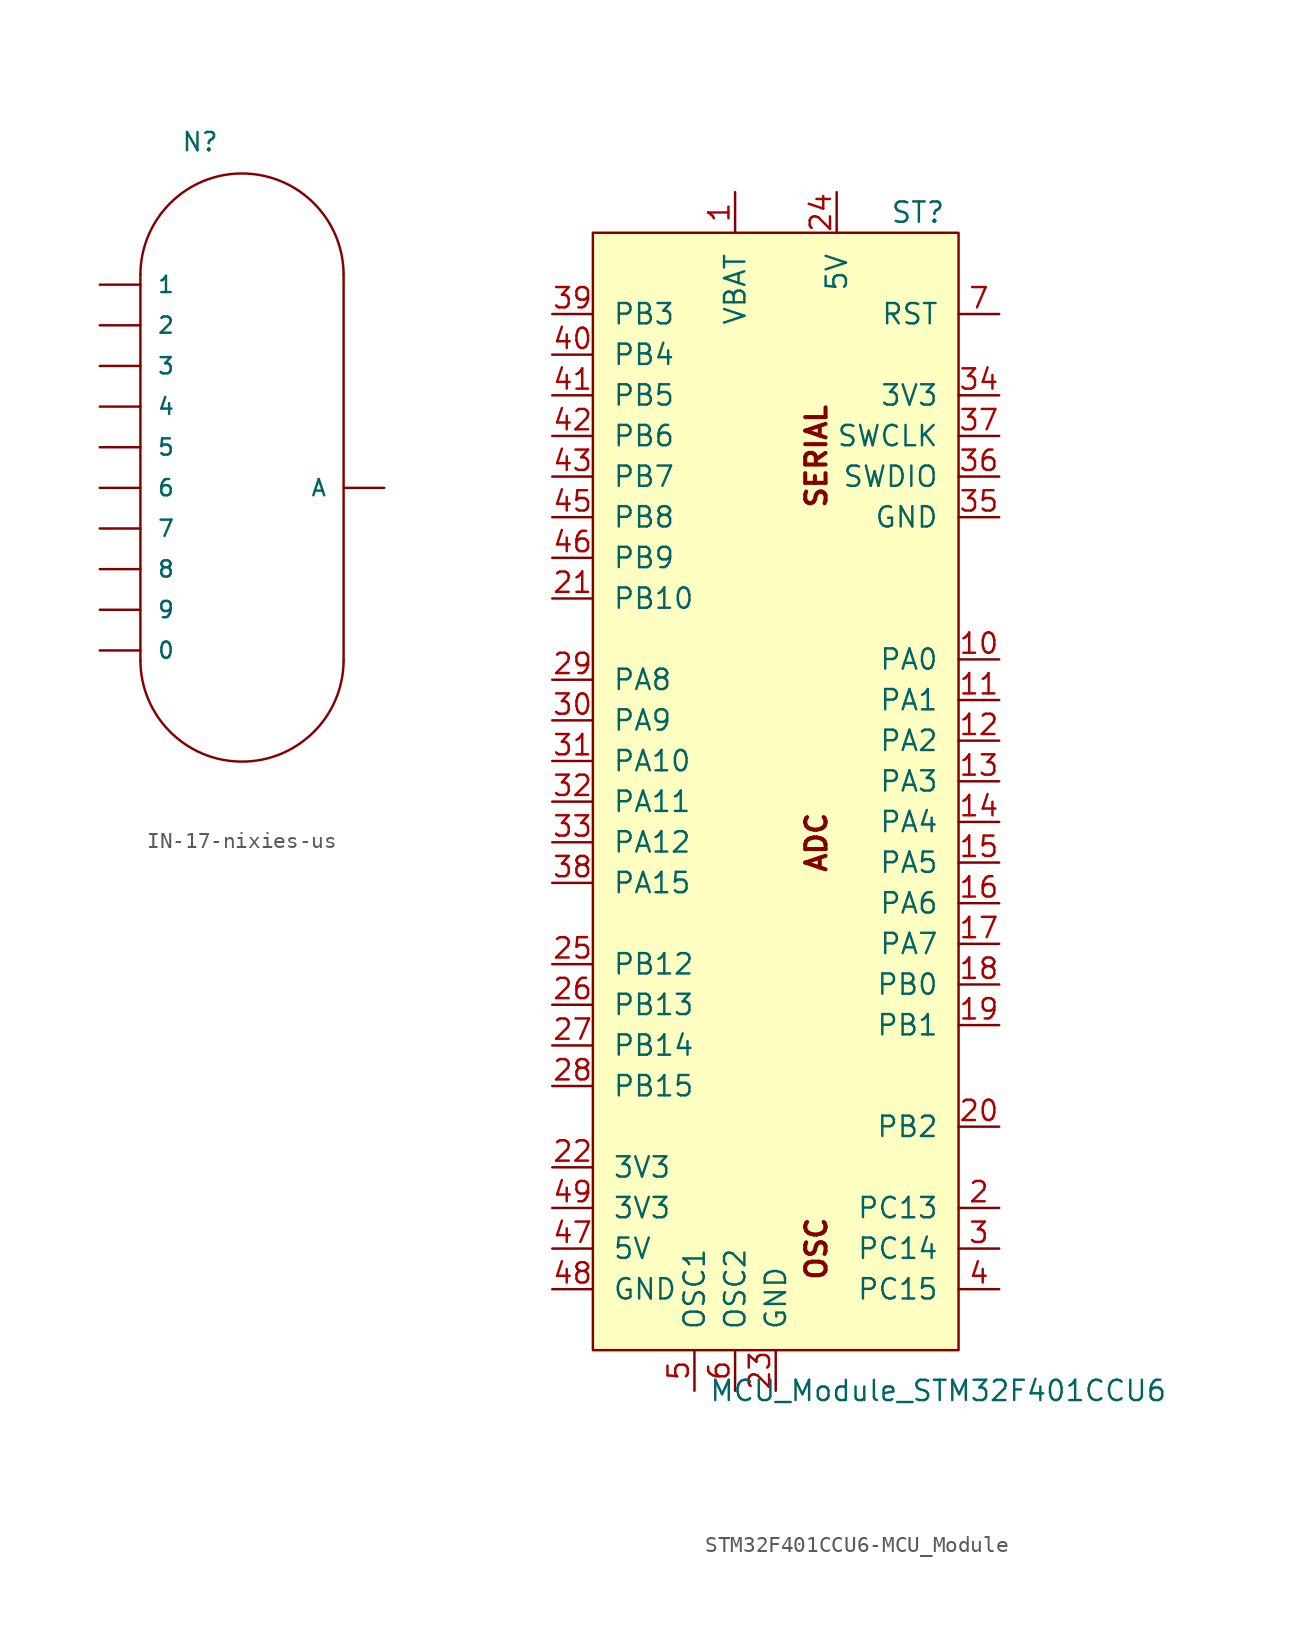
<source format=kicad_sym>
(kicad_symbol_lib
  (version 20220914)
  (generator kicad_symbol_editor)
  (symbol "IN-17-nixies-us"
    (pin_numbers hide)
    (pin_names
      (offset 1.016))
    (property "Reference" "N"
      (at -2.54 20.955 0)
      (effects (font (size 1.143 1.143)) (justify left bottom)))
    (property "ki_locked" ""
      (at 0 0 0)
      (effects (font (size 1.27 1.27))))
    (symbol "IN-17-nixies-us_1_0"
      (polyline (pts (xy -5.08 -10.795) (xy -5.08 13.335)) (stroke (width 0) (type solid)) (fill (type none)))
      (polyline (pts (xy 7.62 -10.795) (xy 7.62 13.335)) (stroke (width 0) (type solid)) (fill (type none))))
    (symbol "IN-17-nixies-us_1_1"
      (arc (start -5.08 -10.795) (mid 1.27 -17.145) (end 7.62 -10.795) (stroke (width 0) (type solid)) (fill (type none)))
      (arc (start 7.62 13.335) (mid 1.27 19.685) (end -5.08 13.335) (stroke (width 0) (type solid)) (fill (type none)))
      (pin bidirectional line (at -7.62 -10.16 0) (length 2.54) (name "0" (effects (font (size 1.016 1.016)))) (number "0" (effects (font (size 1.016 1.016)))))
      (pin bidirectional line (at -7.62 12.7 0) (length 2.54) (name "1" (effects (font (size 1.016 1.016)))) (number "1" (effects (font (size 1.016 1.016)))))
      (pin bidirectional line (at -7.62 10.16 0) (length 2.54) (name "2" (effects (font (size 1.016 1.016)))) (number "2" (effects (font (size 1.016 1.016)))))
      (pin bidirectional line (at -7.62 7.62 0) (length 2.54) (name "3" (effects (font (size 1.016 1.016)))) (number "3" (effects (font (size 1.016 1.016)))))
      (pin bidirectional line (at -7.62 5.08 0) (length 2.54) (name "4" (effects (font (size 1.016 1.016)))) (number "4" (effects (font (size 1.016 1.016)))))
      (pin bidirectional line (at -7.62 2.54 0) (length 2.54) (name "5" (effects (font (size 1.016 1.016)))) (number "5" (effects (font (size 1.016 1.016)))))
      (pin bidirectional line (at -7.62 0 0) (length 2.54) (name "6" (effects (font (size 1.016 1.016)))) (number "6" (effects (font (size 1.016 1.016)))))
      (pin bidirectional line (at -7.62 -2.54 0) (length 2.54) (name "7" (effects (font (size 1.016 1.016)))) (number "7" (effects (font (size 1.016 1.016)))))
      (pin bidirectional line (at -7.62 -5.08 0) (length 2.54) (name "8" (effects (font (size 1.016 1.016)))) (number "8" (effects (font (size 1.016 1.016)))))
      (pin bidirectional line (at -7.62 -7.62 0) (length 2.54) (name "9" (effects (font (size 1.016 1.016)))) (number "9" (effects (font (size 1.016 1.016)))))
      (pin bidirectional line (at 10.16 0 180) (length 2.54) (name "A" (effects (font (size 1.016 1.016)))) (number "A" (effects (font (size 1.016 1.016)))))))
  (symbol "STM32F401CCU6-MCU_Module"
    (pin_names
      (offset 1.219))
    (property "Reference" "ST"
      (at 10.16 39.37 0)
      (effects (font (size 1.27 1.27))))
    (property "Value" "MCU_Module_STM32F401CCU6"
      (at 11.43 -34.29 0)
      (effects (font (size 1.27 1.27))))
    (symbol "STM32F401CCU6-MCU_Module_1_1"
      (rectangle (start 12.7 38.1) (end -10.16 -31.75) (stroke (width 0) (type solid)) (fill (type background)))
      (text "ADC" (at 3.81 0 900) (effects (font (size 1.27 1.27) bold)))
      (text "OSC" (at 3.81 -25.4 900) (effects (font (size 1.27 1.27) bold)))
      (text "SERIAL" (at 3.81 24.13 900) (effects (font (size 1.27 1.27) bold)))
      (pin input line (at -1.27 40.64 270) (length 2.54) (name "VBAT" (effects (font (size 1.27 1.27)))) (number "1" (effects (font (size 1.27 1.27)))))
      (pin input line (at 15.24 11.43 180) (length 2.54) (name "PA0" (effects (font (size 1.27 1.27)))) (number "10" (effects (font (size 1.27 1.27)))))
      (pin input line (at 15.24 8.89 180) (length 2.54) (name "PA1" (effects (font (size 1.27 1.27)))) (number "11" (effects (font (size 1.27 1.27)))))
      (pin input line (at 15.24 6.35 180) (length 2.54) (name "PA2" (effects (font (size 1.27 1.27)))) (number "12" (effects (font (size 1.27 1.27)))))
      (pin input line (at 15.24 3.81 180) (length 2.54) (name "PA3" (effects (font (size 1.27 1.27)))) (number "13" (effects (font (size 1.27 1.27)))))
      (pin input line (at 15.24 1.27 180) (length 2.54) (name "PA4" (effects (font (size 1.27 1.27)))) (number "14" (effects (font (size 1.27 1.27)))))
      (pin input line (at 15.24 -1.27 180) (length 2.54) (name "PA5" (effects (font (size 1.27 1.27)))) (number "15" (effects (font (size 1.27 1.27)))))
      (pin input line (at 15.24 -3.81 180) (length 2.54) (name "PA6" (effects (font (size 1.27 1.27)))) (number "16" (effects (font (size 1.27 1.27)))))
      (pin input line (at 15.24 -6.35 180) (length 2.54) (name "PA7" (effects (font (size 1.27 1.27)))) (number "17" (effects (font (size 1.27 1.27)))))
      (pin input line (at 15.24 -8.89 180) (length 2.54) (name "PB0" (effects (font (size 1.27 1.27)))) (number "18" (effects (font (size 1.27 1.27)))))
      (pin input line (at 15.24 -11.43 180) (length 2.54) (name "PB1" (effects (font (size 1.27 1.27)))) (number "19" (effects (font (size 1.27 1.27)))))
      (pin input line (at 15.24 -22.86 180) (length 2.54) (name "PC13" (effects (font (size 1.27 1.27)))) (number "2" (effects (font (size 1.27 1.27)))))
      (pin input line (at 15.24 -17.78 180) (length 2.54) (name "PB2" (effects (font (size 1.27 1.27)))) (number "20" (effects (font (size 1.27 1.27)))))
      (pin input line (at -12.7 15.24 0) (length 2.54) (name "PB10" (effects (font (size 1.27 1.27)))) (number "21" (effects (font (size 1.27 1.27)))))
      (pin input line (at -12.7 -20.32 0) (length 2.54) (name "3V3" (effects (font (size 1.27 1.27)))) (number "22" (effects (font (size 1.27 1.27)))))
      (pin input line (at 1.27 -34.29 90) (length 2.54) (name "GND" (effects (font (size 1.27 1.27)))) (number "23" (effects (font (size 1.27 1.27)))))
      (pin input line (at 5.08 40.64 270) (length 2.54) (name "5V" (effects (font (size 1.27 1.27)))) (number "24" (effects (font (size 1.27 1.27)))))
      (pin input line (at -12.7 -7.62 0) (length 2.54) (name "PB12" (effects (font (size 1.27 1.27)))) (number "25" (effects (font (size 1.27 1.27)))))
      (pin input line (at -12.7 -10.16 0) (length 2.54) (name "PB13" (effects (font (size 1.27 1.27)))) (number "26" (effects (font (size 1.27 1.27)))))
      (pin input line (at -12.7 -12.7 0) (length 2.54) (name "PB14" (effects (font (size 1.27 1.27)))) (number "27" (effects (font (size 1.27 1.27)))))
      (pin input line (at -12.7 -15.24 0) (length 2.54) (name "PB15" (effects (font (size 1.27 1.27)))) (number "28" (effects (font (size 1.27 1.27)))))
      (pin input line (at -12.7 10.16 0) (length 2.54) (name "PA8" (effects (font (size 1.27 1.27)))) (number "29" (effects (font (size 1.27 1.27)))))
      (pin input line (at 15.24 -25.4 180) (length 2.54) (name "PC14" (effects (font (size 1.27 1.27)))) (number "3" (effects (font (size 1.27 1.27)))))
      (pin input line (at -12.7 7.62 0) (length 2.54) (name "PA9" (effects (font (size 1.27 1.27)))) (number "30" (effects (font (size 1.27 1.27)))))
      (pin input line (at -12.7 5.08 0) (length 2.54) (name "PA10" (effects (font (size 1.27 1.27)))) (number "31" (effects (font (size 1.27 1.27)))))
      (pin input line (at -12.7 2.54 0) (length 2.54) (name "PA11" (effects (font (size 1.27 1.27)))) (number "32" (effects (font (size 1.27 1.27)))))
      (pin input line (at -12.7 0 0) (length 2.54) (name "PA12" (effects (font (size 1.27 1.27)))) (number "33" (effects (font (size 1.27 1.27)))))
      (pin input line (at 15.24 27.94 180) (length 2.54) (name "3V3" (effects (font (size 1.27 1.27)))) (number "34" (effects (font (size 1.27 1.27)))))
      (pin input line (at 15.24 20.32 180) (length 2.54) (name "GND" (effects (font (size 1.27 1.27)))) (number "35" (effects (font (size 1.27 1.27)))))
      (pin input line (at 15.24 22.86 180) (length 2.54) (name "SWDIO" (effects (font (size 1.27 1.27)))) (number "36" (effects (font (size 1.27 1.27)))))
      (pin input line (at 15.24 25.4 180) (length 2.54) (name "SWCLK" (effects (font (size 1.27 1.27)))) (number "37" (effects (font (size 1.27 1.27)))))
      (pin input line (at -12.7 -2.54 0) (length 2.54) (name "PA15" (effects (font (size 1.27 1.27)))) (number "38" (effects (font (size 1.27 1.27)))))
      (pin input line (at -12.7 33.02 0) (length 2.54) (name "PB3" (effects (font (size 1.27 1.27)))) (number "39" (effects (font (size 1.27 1.27)))))
      (pin input line (at 15.24 -27.94 180) (length 2.54) (name "PC15" (effects (font (size 1.27 1.27)))) (number "4" (effects (font (size 1.27 1.27)))))
      (pin input line (at -12.7 30.48 0) (length 2.54) (name "PB4" (effects (font (size 1.27 1.27)))) (number "40" (effects (font (size 1.27 1.27)))))
      (pin input line (at -12.7 27.94 0) (length 2.54) (name "PB5" (effects (font (size 1.27 1.27)))) (number "41" (effects (font (size 1.27 1.27)))))
      (pin input line (at -12.7 25.4 0) (length 2.54) (name "PB6" (effects (font (size 1.27 1.27)))) (number "42" (effects (font (size 1.27 1.27)))))
      (pin input line (at -12.7 22.86 0) (length 2.54) (name "PB7" (effects (font (size 1.27 1.27)))) (number "43" (effects (font (size 1.27 1.27)))))
      (pin input line (at -12.7 20.32 0) (length 2.54) (name "PB8" (effects (font (size 1.27 1.27)))) (number "45" (effects (font (size 1.27 1.27)))))
      (pin input line (at -12.7 17.78 0) (length 2.54) (name "PB9" (effects (font (size 1.27 1.27)))) (number "46" (effects (font (size 1.27 1.27)))))
      (pin input line (at -12.7 -25.4 0) (length 2.54) (name "5V" (effects (font (size 1.27 1.27)))) (number "47" (effects (font (size 1.27 1.27)))))
      (pin input line (at -12.7 -27.94 0) (length 2.54) (name "GND" (effects (font (size 1.27 1.27)))) (number "48" (effects (font (size 1.27 1.27)))))
      (pin input line (at -12.7 -22.86 0) (length 2.54) (name "3V3" (effects (font (size 1.27 1.27)))) (number "49" (effects (font (size 1.27 1.27)))))
      (pin input line (at -3.81 -34.29 90) (length 2.54) (name "OSC1" (effects (font (size 1.27 1.27)))) (number "5" (effects (font (size 1.27 1.27)))))
      (pin input line (at -1.27 -34.29 90) (length 2.54) (name "OSC2" (effects (font (size 1.27 1.27)))) (number "6" (effects (font (size 1.27 1.27)))))
      (pin input line (at 15.24 33.02 180) (length 2.54) (name "RST" (effects (font (size 1.27 1.27)))) (number "7" (effects (font (size 1.27 1.27))))))))
</source>
